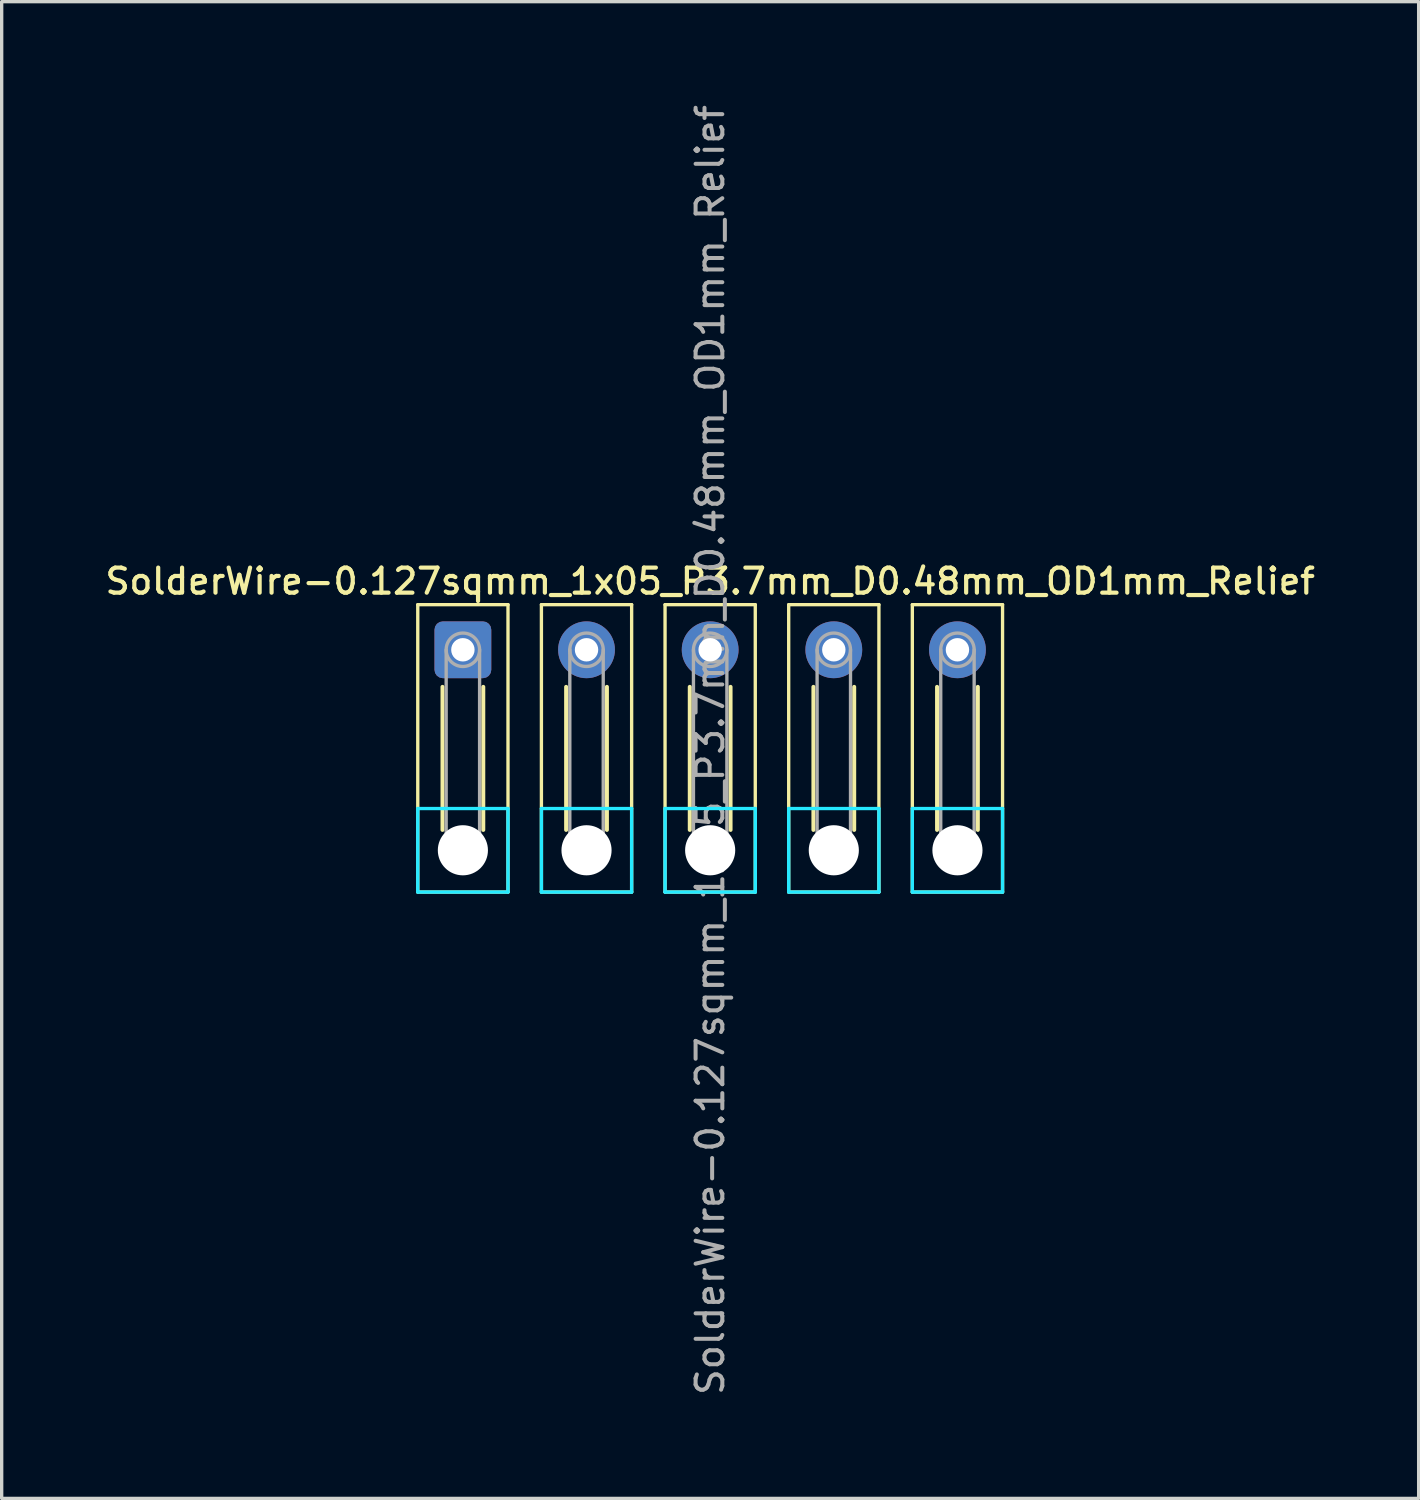
<source format=kicad_pcb>
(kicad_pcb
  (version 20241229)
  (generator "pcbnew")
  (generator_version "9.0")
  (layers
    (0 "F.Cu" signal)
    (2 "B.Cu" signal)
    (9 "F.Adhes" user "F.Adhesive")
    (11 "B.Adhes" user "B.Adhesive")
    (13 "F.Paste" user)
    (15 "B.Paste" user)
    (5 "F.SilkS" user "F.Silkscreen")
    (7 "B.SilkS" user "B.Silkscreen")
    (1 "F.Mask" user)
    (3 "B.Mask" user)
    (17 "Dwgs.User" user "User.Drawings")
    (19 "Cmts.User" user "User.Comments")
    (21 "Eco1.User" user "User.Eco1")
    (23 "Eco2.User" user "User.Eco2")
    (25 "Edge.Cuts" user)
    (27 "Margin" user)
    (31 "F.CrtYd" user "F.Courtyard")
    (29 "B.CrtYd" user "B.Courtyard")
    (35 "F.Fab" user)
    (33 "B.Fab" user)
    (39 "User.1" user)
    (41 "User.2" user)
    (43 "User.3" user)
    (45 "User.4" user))
  (footprint "SolderWire-0.127sqmm_1x05_P3.7mm_D0.48mm_OD1mm_Relief"
    (layer "F.Cu")
    (at 10.802 16.395)
    (property "Reference" "SolderWire-0.127sqmm_1x05_P3.7mm_D0.48mm_OD1mm_Relief" (at 7.4 -2.05 0) (layer "F.SilkS") (effects (font (size 0.75 0.75) (thickness 0.125))))
    (attr exclude_from_pos_files exclude_from_bom)
    (fp_line (start -1.35 -1.35) (end -1.35 7.25) (stroke (width 0.1) (type solid)) (layer "F.SilkS"))
    (fp_line (start -1.35 7.25) (end 1.35 7.25) (stroke (width 0.1) (type solid)) (layer "F.SilkS"))
    (fp_line (start -0.61 1.11) (end -0.61 5.39) (stroke (width 0.12) (type solid)) (layer "F.SilkS"))
    (fp_line (start 0.61 1.11) (end 0.61 5.39) (stroke (width 0.12) (type solid)) (layer "F.SilkS"))
    (fp_line (start 1.35 -1.35) (end -1.35 -1.35) (stroke (width 0.1) (type solid)) (layer "F.SilkS"))
    (fp_line (start 1.35 7.25) (end 1.35 -1.35) (stroke (width 0.1) (type solid)) (layer "F.SilkS"))
    (fp_line (start 2.35 -1.35) (end 2.35 7.25) (stroke (width 0.1) (type solid)) (layer "F.SilkS"))
    (fp_line (start 2.35 7.25) (end 5.05 7.25) (stroke (width 0.1) (type solid)) (layer "F.SilkS"))
    (fp_line (start 3.09 1.11) (end 3.09 5.39) (stroke (width 0.12) (type solid)) (layer "F.SilkS"))
    (fp_line (start 4.31 1.11) (end 4.31 5.39) (stroke (width 0.12) (type solid)) (layer "F.SilkS"))
    (fp_line (start 5.05 -1.35) (end 2.35 -1.35) (stroke (width 0.1) (type solid)) (layer "F.SilkS"))
    (fp_line (start 5.05 7.25) (end 5.05 -1.35) (stroke (width 0.1) (type solid)) (layer "F.SilkS"))
    (fp_line (start 6.05 -1.35) (end 6.05 7.25) (stroke (width 0.1) (type solid)) (layer "F.SilkS"))
    (fp_line (start 6.05 7.25) (end 8.75 7.25) (stroke (width 0.1) (type solid)) (layer "F.SilkS"))
    (fp_line (start 6.79 1.11) (end 6.79 5.39) (stroke (width 0.12) (type solid)) (layer "F.SilkS"))
    (fp_line (start 8.01 1.11) (end 8.01 5.39) (stroke (width 0.12) (type solid)) (layer "F.SilkS"))
    (fp_line (start 8.75 -1.35) (end 6.05 -1.35) (stroke (width 0.1) (type solid)) (layer "F.SilkS"))
    (fp_line (start 8.75 7.25) (end 8.75 -1.35) (stroke (width 0.1) (type solid)) (layer "F.SilkS"))
    (fp_line (start 9.75 -1.35) (end 9.75 7.25) (stroke (width 0.1) (type solid)) (layer "F.SilkS"))
    (fp_line (start 9.75 7.25) (end 12.45 7.25) (stroke (width 0.1) (type solid)) (layer "F.SilkS"))
    (fp_line (start 10.49 1.11) (end 10.49 5.39) (stroke (width 0.12) (type solid)) (layer "F.SilkS"))
    (fp_line (start 11.71 1.11) (end 11.71 5.39) (stroke (width 0.12) (type solid)) (layer "F.SilkS"))
    (fp_line (start 12.45 -1.35) (end 9.75 -1.35) (stroke (width 0.1) (type solid)) (layer "F.SilkS"))
    (fp_line (start 12.45 7.25) (end 12.45 -1.35) (stroke (width 0.1) (type solid)) (layer "F.SilkS"))
    (fp_line (start 13.45 -1.35) (end 13.45 7.25) (stroke (width 0.1) (type solid)) (layer "F.SilkS"))
    (fp_line (start 13.45 7.25) (end 16.15 7.25) (stroke (width 0.1) (type solid)) (layer "F.SilkS"))
    (fp_line (start 14.19 1.11) (end 14.19 5.39) (stroke (width 0.12) (type solid)) (layer "F.SilkS"))
    (fp_line (start 15.41 1.11) (end 15.41 5.39) (stroke (width 0.12) (type solid)) (layer "F.SilkS"))
    (fp_line (start 16.15 -1.35) (end 13.45 -1.35) (stroke (width 0.1) (type solid)) (layer "F.SilkS"))
    (fp_line (start 16.15 7.25) (end 16.15 -1.35) (stroke (width 0.1) (type solid)) (layer "F.SilkS"))
    (fp_line (start -1.35 4.75) (end -1.35 7.25) (stroke (width 0.1) (type solid)) (layer "B.CrtYd"))
    (fp_line (start -1.35 7.25) (end 1.35 7.25) (stroke (width 0.1) (type solid)) (layer "B.CrtYd"))
    (fp_line (start 1.35 4.75) (end -1.35 4.75) (stroke (width 0.1) (type solid)) (layer "B.CrtYd"))
    (fp_line (start 1.35 7.25) (end 1.35 4.75) (stroke (width 0.1) (type solid)) (layer "B.CrtYd"))
    (fp_line (start 2.35 4.75) (end 2.35 7.25) (stroke (width 0.1) (type solid)) (layer "B.CrtYd"))
    (fp_line (start 2.35 7.25) (end 5.05 7.25) (stroke (width 0.1) (type solid)) (layer "B.CrtYd"))
    (fp_line (start 5.05 4.75) (end 2.35 4.75) (stroke (width 0.1) (type solid)) (layer "B.CrtYd"))
    (fp_line (start 5.05 7.25) (end 5.05 4.75) (stroke (width 0.1) (type solid)) (layer "B.CrtYd"))
    (fp_line (start 6.05 4.75) (end 6.05 7.25) (stroke (width 0.1) (type solid)) (layer "B.CrtYd"))
    (fp_line (start 6.05 7.25) (end 8.75 7.25) (stroke (width 0.1) (type solid)) (layer "B.CrtYd"))
    (fp_line (start 8.75 4.75) (end 6.05 4.75) (stroke (width 0.1) (type solid)) (layer "B.CrtYd"))
    (fp_line (start 8.75 7.25) (end 8.75 4.75) (stroke (width 0.1) (type solid)) (layer "B.CrtYd"))
    (fp_line (start 9.75 4.75) (end 9.75 7.25) (stroke (width 0.1) (type solid)) (layer "B.CrtYd"))
    (fp_line (start 9.75 7.25) (end 12.45 7.25) (stroke (width 0.1) (type solid)) (layer "B.CrtYd"))
    (fp_line (start 12.45 4.75) (end 9.75 4.75) (stroke (width 0.1) (type solid)) (layer "B.CrtYd"))
    (fp_line (start 12.45 7.25) (end 12.45 4.75) (stroke (width 0.1) (type solid)) (layer "B.CrtYd"))
    (fp_line (start 13.45 4.75) (end 13.45 7.25) (stroke (width 0.1) (type solid)) (layer "B.CrtYd"))
    (fp_line (start 13.45 7.25) (end 16.15 7.25) (stroke (width 0.1) (type solid)) (layer "B.CrtYd"))
    (fp_line (start 16.15 4.75) (end 13.45 4.75) (stroke (width 0.1) (type solid)) (layer "B.CrtYd"))
    (fp_line (start 16.15 7.25) (end 16.15 4.75) (stroke (width 0.1) (type solid)) (layer "B.CrtYd"))
    (fp_line (start -0.5 0) (end -0.5 6) (stroke (width 0.1) (type solid)) (layer "F.Fab"))
    (fp_line (start 0.5 0) (end 0.5 6) (stroke (width 0.1) (type solid)) (layer "F.Fab"))
    (fp_line (start 3.2 0) (end 3.2 6) (stroke (width 0.1) (type solid)) (layer "F.Fab"))
    (fp_line (start 4.2 0) (end 4.2 6) (stroke (width 0.1) (type solid)) (layer "F.Fab"))
    (fp_line (start 6.9 0) (end 6.9 6) (stroke (width 0.1) (type solid)) (layer "F.Fab"))
    (fp_line (start 7.9 0) (end 7.9 6) (stroke (width 0.1) (type solid)) (layer "F.Fab"))
    (fp_line (start 10.6 0) (end 10.6 6) (stroke (width 0.1) (type solid)) (layer "F.Fab"))
    (fp_line (start 11.6 0) (end 11.6 6) (stroke (width 0.1) (type solid)) (layer "F.Fab"))
    (fp_line (start 14.3 0) (end 14.3 6) (stroke (width 0.1) (type solid)) (layer "F.Fab"))
    (fp_line (start 15.3 0) (end 15.3 6) (stroke (width 0.1) (type solid)) (layer "F.Fab"))
    (fp_circle (center 0 0) (end 0.5 0) (stroke (width 0.1) (type solid)) (fill no) (layer "F.Fab"))
    (fp_circle (center 0 6) (end 0.5 6) (stroke (width 0.1) (type solid)) (fill no) (layer "F.Fab"))
    (fp_circle (center 3.7 0) (end 4.2 0) (stroke (width 0.1) (type solid)) (fill no) (layer "F.Fab"))
    (fp_circle (center 3.7 6) (end 4.2 6) (stroke (width 0.1) (type solid)) (fill no) (layer "F.Fab"))
    (fp_circle (center 7.4 0) (end 7.9 0) (stroke (width 0.1) (type solid)) (fill no) (layer "F.Fab"))
    (fp_circle (center 7.4 6) (end 7.9 6) (stroke (width 0.1) (type solid)) (fill no) (layer "F.Fab"))
    (fp_circle (center 11.1 0) (end 11.6 0) (stroke (width 0.1) (type solid)) (fill no) (layer "F.Fab"))
    (fp_circle (center 11.1 6) (end 11.6 6) (stroke (width 0.1) (type solid)) (fill no) (layer "F.Fab"))
    (fp_circle (center 14.8 0) (end 15.3 0) (stroke (width 0.1) (type solid)) (fill no) (layer "F.Fab"))
    (fp_circle (center 14.8 6) (end 15.3 6) (stroke (width 0.1) (type solid)) (fill no) (layer "F.Fab"))
    (fp_text user "${REFERENCE}" (at 7.4 3 90) (layer "F.Fab") (effects (font (size 0.8 0.8) (thickness 0.12))))
    (pad "" np_thru_hole circle (at 0 6) (size 1.5 1.5) (drill 1.5) (layers "*.Cu" "*.Mask"))
    (pad "" np_thru_hole circle (at 3.7 6) (size 1.5 1.5) (drill 1.5) (layers "*.Cu" "*.Mask"))
    (pad "" np_thru_hole circle (at 7.4 6) (size 1.5 1.5) (drill 1.5) (layers "*.Cu" "*.Mask"))
    (pad "" np_thru_hole circle (at 11.1 6) (size 1.5 1.5) (drill 1.5) (layers "*.Cu" "*.Mask"))
    (pad "" np_thru_hole circle (at 14.8 6) (size 1.5 1.5) (drill 1.5) (layers "*.Cu" "*.Mask"))
    (pad "1" thru_hole roundrect (at 0 0) (size 1.7 1.7) (drill 0.7) (layers "*.Cu" "*.Mask") (roundrect_rratio 0.147))
    (pad "2" thru_hole circle (at 3.7 0) (size 1.7 1.7) (drill 0.7) (layers "*.Cu" "*.Mask"))
    (pad "3" thru_hole circle (at 7.4 0) (size 1.7 1.7) (drill 0.7) (layers "*.Cu" "*.Mask"))
    (pad "4" thru_hole circle (at 11.1 0) (size 1.7 1.7) (drill 0.7) (layers "*.Cu" "*.Mask"))
    (pad "5" thru_hole circle (at 14.8 0) (size 1.7 1.7) (drill 0.7) (layers "*.Cu" "*.Mask")))
  (gr_rect
    (start -3 -3)
    (end 39.404 41.79)
    (stroke (width 0.1) (type default))
    (fill no)
    (layer "Edge.Cuts")))
</source>
